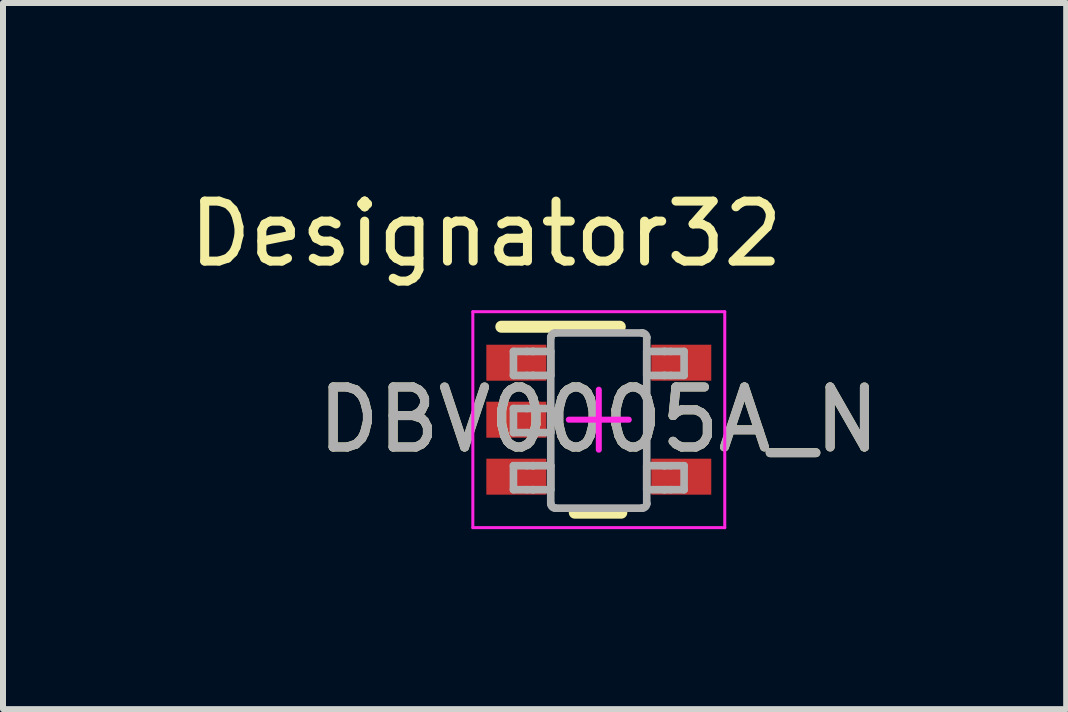
<source format=kicad_pcb>
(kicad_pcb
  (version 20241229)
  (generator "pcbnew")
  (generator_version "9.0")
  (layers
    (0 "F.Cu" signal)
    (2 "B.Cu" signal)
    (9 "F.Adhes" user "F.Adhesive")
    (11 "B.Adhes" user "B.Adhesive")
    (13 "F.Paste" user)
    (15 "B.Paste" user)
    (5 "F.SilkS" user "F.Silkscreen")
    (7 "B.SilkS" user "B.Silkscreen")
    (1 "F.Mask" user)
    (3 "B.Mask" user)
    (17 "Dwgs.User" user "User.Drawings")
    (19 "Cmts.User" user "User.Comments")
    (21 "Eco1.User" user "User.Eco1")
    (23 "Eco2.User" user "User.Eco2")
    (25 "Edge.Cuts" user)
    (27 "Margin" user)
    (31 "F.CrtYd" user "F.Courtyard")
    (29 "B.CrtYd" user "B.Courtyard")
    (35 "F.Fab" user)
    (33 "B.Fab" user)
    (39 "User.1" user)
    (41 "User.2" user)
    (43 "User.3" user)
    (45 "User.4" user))
  (footprint "DBV0005A_N"
    (layer "F.Cu")
    (at 6.933 3.947)
    (property "Reference" "DBV0005A_N" (at 0 0 0) (unlocked yes) (layer "F.SilkS") (effects (font (size 1 1) (thickness 0.15))))
    (attr smd)
    (fp_line (start -1.625 -1.55) (end 0.35 -1.55) (stroke (width 0.2) (type solid)) (layer "F.SilkS"))
    (fp_line (start -0.4 1.55) (end 0.375 1.55) (stroke (width 0.2) (type solid)) (layer "F.SilkS"))
    (fp_line (start -2.1 -1.8) (end 2.1 -1.8) (stroke (width 0.05) (type solid)) (layer "F.CrtYd"))
    (fp_line (start -2.1 1.8) (end -2.1 -1.8) (stroke (width 0.05) (type solid)) (layer "F.CrtYd"))
    (fp_line (start -2.1 1.8) (end 2.1 1.8) (stroke (width 0.05) (type solid)) (layer "F.CrtYd"))
    (fp_line (start -0.5 0) (end 0.5 0) (stroke (width 0.1) (type solid)) (layer "F.CrtYd"))
    (fp_line (start 0 0.5) (end 0 -0.5) (stroke (width 0.1) (type solid)) (layer "F.CrtYd"))
    (fp_line (start 2.1 1.8) (end 2.1 -1.8) (stroke (width 0.05) (type solid)) (layer "F.CrtYd"))
    (fp_line (start -1.423 -1.138) (end -1.199 -1.138) (stroke (width 0.127) (type solid)) (layer "F.Fab"))
    (fp_line (start -1.423 -0.738) (end -1.423 -1.138) (stroke (width 0.127) (type solid)) (layer "F.Fab"))
    (fp_line (start -1.423 -0.738) (end -1.199 -0.738) (stroke (width 0.127) (type solid)) (layer "F.Fab"))
    (fp_line (start -1.423 -0.186) (end -1.199 -0.186) (stroke (width 0.127) (type solid)) (layer "F.Fab"))
    (fp_line (start -1.423 0.215) (end -1.423 -0.186) (stroke (width 0.127) (type solid)) (layer "F.Fab"))
    (fp_line (start -1.423 0.215) (end -1.199 0.215) (stroke (width 0.127) (type solid)) (layer "F.Fab"))
    (fp_line (start -1.423 0.767) (end -1.199 0.767) (stroke (width 0.127) (type solid)) (layer "F.Fab"))
    (fp_line (start -1.423 1.167) (end -1.423 0.767) (stroke (width 0.127) (type solid)) (layer "F.Fab"))
    (fp_line (start -1.423 1.167) (end -1.199 1.167) (stroke (width 0.127) (type solid)) (layer "F.Fab"))
    (fp_line (start -1.199 -1.138) (end -1.105 -1.138) (stroke (width 0.127) (type solid)) (layer "F.Fab"))
    (fp_line (start -1.199 -0.738) (end -1.105 -0.738) (stroke (width 0.127) (type solid)) (layer "F.Fab"))
    (fp_line (start -1.199 -0.186) (end -1.105 -0.186) (stroke (width 0.127) (type solid)) (layer "F.Fab"))
    (fp_line (start -1.199 0.215) (end -1.105 0.215) (stroke (width 0.127) (type solid)) (layer "F.Fab"))
    (fp_line (start -1.199 0.767) (end -1.105 0.767) (stroke (width 0.127) (type solid)) (layer "F.Fab"))
    (fp_line (start -1.199 1.167) (end -1.105 1.167) (stroke (width 0.127) (type solid)) (layer "F.Fab"))
    (fp_line (start -1.105 -1.138) (end -1.088 -1.138) (stroke (width 0.127) (type solid)) (layer "F.Fab"))
    (fp_line (start -1.105 -0.738) (end -1.088 -0.738) (stroke (width 0.127) (type solid)) (layer "F.Fab"))
    (fp_line (start -1.105 -0.186) (end -1.088 -0.186) (stroke (width 0.127) (type solid)) (layer "F.Fab"))
    (fp_line (start -1.105 0.215) (end -1.088 0.215) (stroke (width 0.127) (type solid)) (layer "F.Fab"))
    (fp_line (start -1.105 0.767) (end -1.088 0.767) (stroke (width 0.127) (type solid)) (layer "F.Fab"))
    (fp_line (start -1.105 1.167) (end -1.088 1.167) (stroke (width 0.127) (type solid)) (layer "F.Fab"))
    (fp_line (start -1.088 -1.138) (end -0.835 -1.138) (stroke (width 0.127) (type solid)) (layer "F.Fab"))
    (fp_line (start -1.088 -0.738) (end -0.835 -0.738) (stroke (width 0.127) (type solid)) (layer "F.Fab"))
    (fp_line (start -1.088 -0.186) (end -0.835 -0.186) (stroke (width 0.127) (type solid)) (layer "F.Fab"))
    (fp_line (start -1.088 0.215) (end -0.835 0.215) (stroke (width 0.127) (type solid)) (layer "F.Fab"))
    (fp_line (start -1.088 0.767) (end -0.835 0.767) (stroke (width 0.127) (type solid)) (layer "F.Fab"))
    (fp_line (start -1.088 1.167) (end -0.835 1.167) (stroke (width 0.127) (type solid)) (layer "F.Fab"))
    (fp_line (start -0.835 -1.138) (end -0.801 -1.138) (stroke (width 0.127) (type solid)) (layer "F.Fab"))
    (fp_line (start -0.835 -0.738) (end -0.801 -0.738) (stroke (width 0.127) (type solid)) (layer "F.Fab"))
    (fp_line (start -0.835 -0.186) (end -0.801 -0.186) (stroke (width 0.127) (type solid)) (layer "F.Fab"))
    (fp_line (start -0.835 0.215) (end -0.801 0.215) (stroke (width 0.127) (type solid)) (layer "F.Fab"))
    (fp_line (start -0.835 0.767) (end -0.801 0.767) (stroke (width 0.127) (type solid)) (layer "F.Fab"))
    (fp_line (start -0.835 1.167) (end -0.801 1.167) (stroke (width 0.127) (type solid)) (layer "F.Fab"))
    (fp_line (start -0.801 -1.37) (end -0.801 -1.371) (stroke (width 0.127) (type solid)) (layer "F.Fab"))
    (fp_line (start -0.801 -0.738) (end -0.801 -1.138) (stroke (width 0.127) (type solid)) (layer "F.Fab"))
    (fp_line (start -0.801 0.215) (end -0.801 -0.186) (stroke (width 0.127) (type solid)) (layer "F.Fab"))
    (fp_line (start -0.801 1.167) (end -0.801 0.767) (stroke (width 0.127) (type solid)) (layer "F.Fab"))
    (fp_line (start -0.801 1.399) (end -0.801 -1.37) (stroke (width 0.127) (type solid)) (layer "F.Fab"))
    (fp_line (start -0.801 1.4) (end -0.801 1.399) (stroke (width 0.127) (type solid)) (layer "F.Fab"))
    (fp_line (start -0.725 -1.446) (end -0.725 -1.446) (stroke (width 0.127) (type solid)) (layer "F.Fab"))
    (fp_line (start -0.725 1.475) (end -0.725 1.475) (stroke (width 0.127) (type solid)) (layer "F.Fab"))
    (fp_line (start -0.725 -1.446) (end 0.723 -1.446) (stroke (width 0.127) (type solid)) (layer "F.Fab"))
    (fp_line (start -0.725 1.475) (end 0.723 1.475) (stroke (width 0.127) (type solid)) (layer "F.Fab"))
    (fp_line (start 0.723 -1.446) (end 0.724 -1.446) (stroke (width 0.127) (type solid)) (layer "F.Fab"))
    (fp_line (start 0.723 1.475) (end 0.724 1.475) (stroke (width 0.127) (type solid)) (layer "F.Fab"))
    (fp_line (start 0.799 -1.37) (end 0.799 -1.371) (stroke (width 0.127) (type solid)) (layer "F.Fab"))
    (fp_line (start 0.799 -1.138) (end 0.834 -1.138) (stroke (width 0.127) (type solid)) (layer "F.Fab"))
    (fp_line (start 0.799 -0.738) (end 0.799 -1.138) (stroke (width 0.127) (type solid)) (layer "F.Fab"))
    (fp_line (start 0.799 -0.738) (end 0.834 -0.738) (stroke (width 0.127) (type solid)) (layer "F.Fab"))
    (fp_line (start 0.799 0.767) (end 0.834 0.767) (stroke (width 0.127) (type solid)) (layer "F.Fab"))
    (fp_line (start 0.799 1.167) (end 0.799 0.767) (stroke (width 0.127) (type solid)) (layer "F.Fab"))
    (fp_line (start 0.799 1.167) (end 0.834 1.167) (stroke (width 0.127) (type solid)) (layer "F.Fab"))
    (fp_line (start 0.799 1.399) (end 0.799 -1.37) (stroke (width 0.127) (type solid)) (layer "F.Fab"))
    (fp_line (start 0.799 1.4) (end 0.799 1.399) (stroke (width 0.127) (type solid)) (layer "F.Fab"))
    (fp_line (start 0.834 -1.138) (end 1.087 -1.138) (stroke (width 0.127) (type solid)) (layer "F.Fab"))
    (fp_line (start 0.834 -0.738) (end 1.087 -0.738) (stroke (width 0.127) (type solid)) (layer "F.Fab"))
    (fp_line (start 0.834 0.767) (end 1.087 0.767) (stroke (width 0.127) (type solid)) (layer "F.Fab"))
    (fp_line (start 0.834 1.167) (end 1.087 1.167) (stroke (width 0.127) (type solid)) (layer "F.Fab"))
    (fp_line (start 1.087 -1.138) (end 1.103 -1.138) (stroke (width 0.127) (type solid)) (layer "F.Fab"))
    (fp_line (start 1.087 -0.738) (end 1.103 -0.738) (stroke (width 0.127) (type solid)) (layer "F.Fab"))
    (fp_line (start 1.087 0.767) (end 1.103 0.767) (stroke (width 0.127) (type solid)) (layer "F.Fab"))
    (fp_line (start 1.087 1.167) (end 1.103 1.167) (stroke (width 0.127) (type solid)) (layer "F.Fab"))
    (fp_line (start 1.103 -1.138) (end 1.198 -1.138) (stroke (width 0.127) (type solid)) (layer "F.Fab"))
    (fp_line (start 1.103 -0.738) (end 1.198 -0.738) (stroke (width 0.127) (type solid)) (layer "F.Fab"))
    (fp_line (start 1.103 0.767) (end 1.198 0.767) (stroke (width 0.127) (type solid)) (layer "F.Fab"))
    (fp_line (start 1.103 1.167) (end 1.198 1.167) (stroke (width 0.127) (type solid)) (layer "F.Fab"))
    (fp_line (start 1.198 -1.138) (end 1.422 -1.138) (stroke (width 0.127) (type solid)) (layer "F.Fab"))
    (fp_line (start 1.198 -0.738) (end 1.422 -0.738) (stroke (width 0.127) (type solid)) (layer "F.Fab"))
    (fp_line (start 1.198 0.767) (end 1.422 0.767) (stroke (width 0.127) (type solid)) (layer "F.Fab"))
    (fp_line (start 1.198 1.167) (end 1.422 1.167) (stroke (width 0.127) (type solid)) (layer "F.Fab"))
    (fp_line (start 1.422 -0.738) (end 1.422 -1.138) (stroke (width 0.127) (type solid)) (layer "F.Fab"))
    (fp_line (start 1.422 1.167) (end 1.422 0.767) (stroke (width 0.127) (type solid)) (layer "F.Fab"))
    (fp_arc (start -0.80074 -1.37084) (mid -0.778218 -1.423887) (end -0.724999 -1.445998) (stroke (width 0.127) (type solid)) (layer "F.Fab"))
    (fp_arc (start -0.724999 1.475) (mid -0.778213 1.452901) (end -0.80074 1.399867) (stroke (width 0.127) (type solid)) (layer "F.Fab"))
    (fp_arc (start 0.723714 -1.445998) (mid 0.776933 -1.423887) (end 0.799455 -1.37084) (stroke (width 0.127) (type solid)) (layer "F.Fab"))
    (fp_arc (start 0.799455 1.399868) (mid 0.776927 1.452901) (end 0.723713 1.475) (stroke (width 0.127) (type solid)) (layer "F.Fab"))
    (fp_text user "Designator32" (at -1.88 -3.099 0) (unlocked yes) (layer "F.SilkS") (effects (font (size 1 1) (thickness 0.15))))
    (fp_text user "${REFERENCE}" (at 0 0 0) (unlocked yes) (layer "F.Fab") (effects (font (size 1 1) (thickness 0.15))))
    (pad "1" smd rect (at -1.375 -0.95 90) (size 0.6 1) (layers "F.Cu" "F.Mask" "F.Paste"))
    (pad "2" smd rect (at -1.375 0 90) (size 0.6 1) (layers "F.Cu" "F.Mask" "F.Paste"))
    (pad "3" smd rect (at -1.375 0.95 90) (size 0.6 1) (layers "F.Cu" "F.Mask" "F.Paste"))
    (pad "4" smd rect (at 1.375 0.95 90) (size 0.6 1) (layers "F.Cu" "F.Mask" "F.Paste"))
    (pad "5" smd rect (at 1.375 -0.95 90) (size 0.6 1) (layers "F.Cu" "F.Mask" "F.Paste")))
  (gr_rect
    (start -3 -3)
    (end 14.725 8.772)
    (stroke (width 0.1) (type default))
    (fill no)
    (layer "Edge.Cuts")))
</source>
